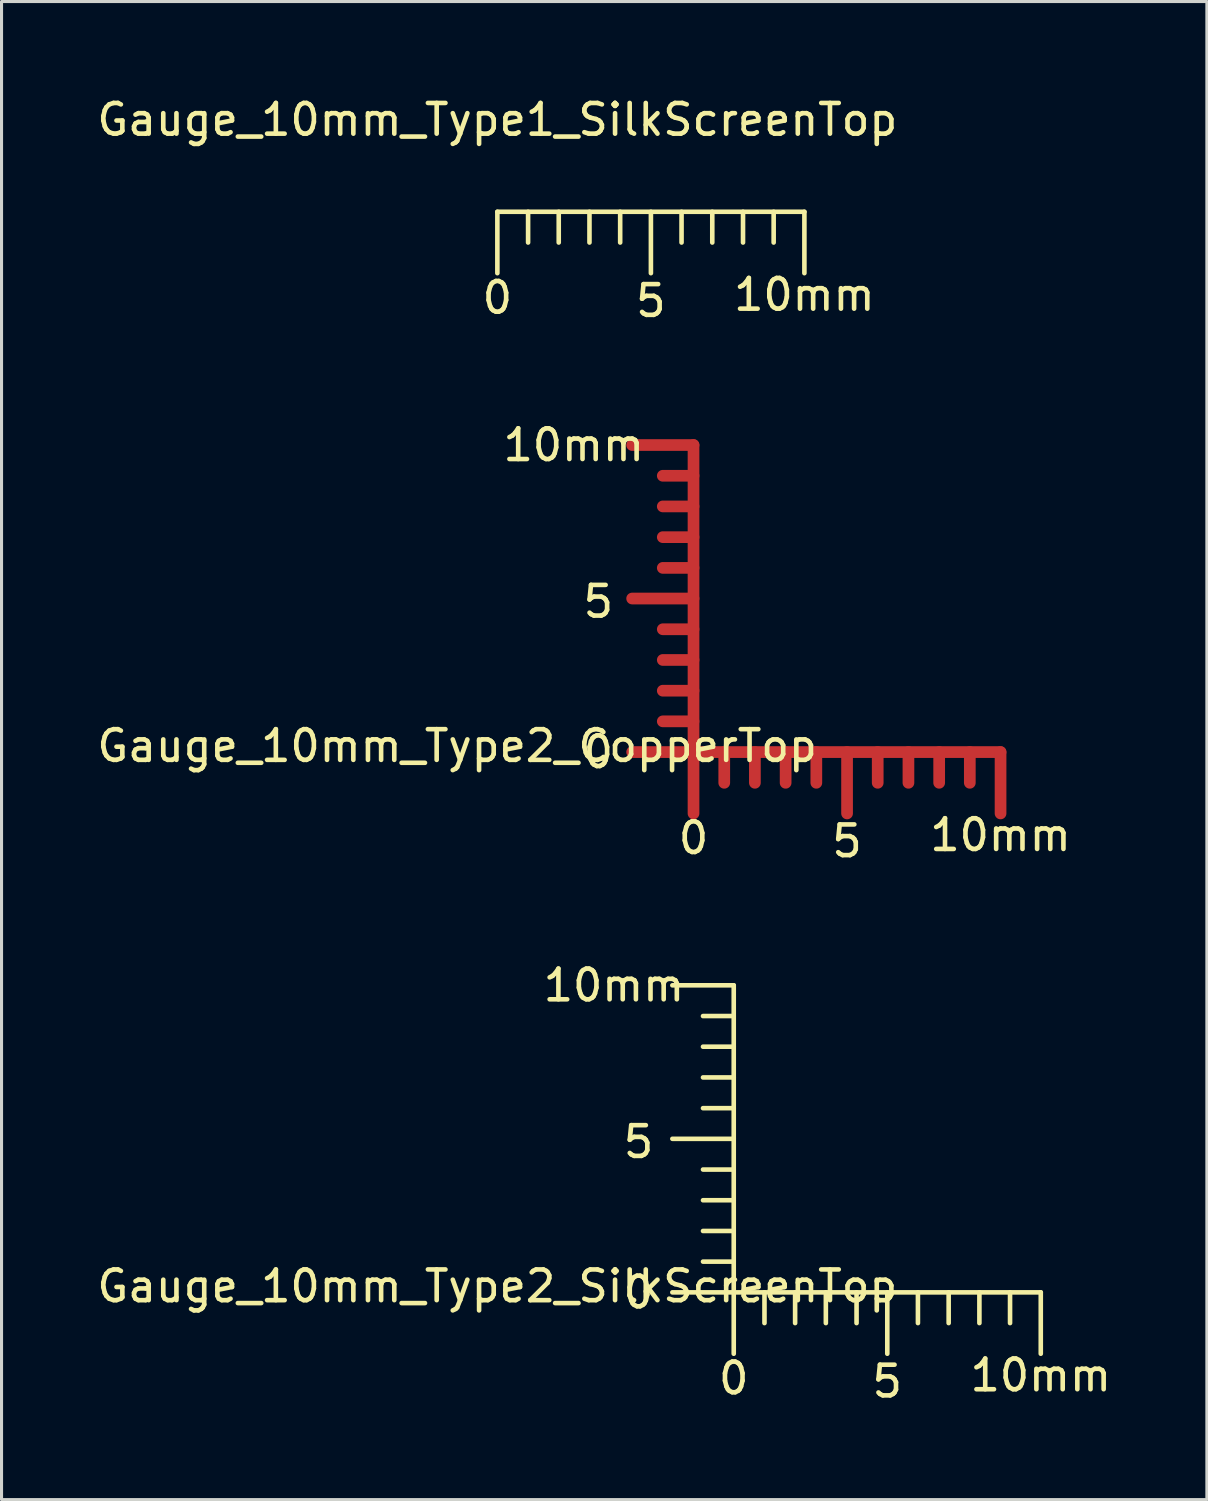
<source format=kicad_pcb>
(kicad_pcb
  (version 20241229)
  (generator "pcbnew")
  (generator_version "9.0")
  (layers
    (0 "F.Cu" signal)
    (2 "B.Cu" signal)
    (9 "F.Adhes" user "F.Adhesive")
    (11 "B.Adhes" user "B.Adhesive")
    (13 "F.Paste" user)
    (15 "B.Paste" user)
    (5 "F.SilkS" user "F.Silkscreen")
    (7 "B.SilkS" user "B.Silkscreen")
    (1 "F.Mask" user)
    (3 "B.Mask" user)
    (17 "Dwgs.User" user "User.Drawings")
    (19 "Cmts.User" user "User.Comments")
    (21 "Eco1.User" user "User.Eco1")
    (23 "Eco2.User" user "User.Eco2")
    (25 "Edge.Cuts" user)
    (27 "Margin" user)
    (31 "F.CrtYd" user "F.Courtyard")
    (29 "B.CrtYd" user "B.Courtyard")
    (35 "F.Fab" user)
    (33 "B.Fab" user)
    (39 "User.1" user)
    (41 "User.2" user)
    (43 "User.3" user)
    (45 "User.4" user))
  (footprint "Gauge_10mm_Type2_CopperTop"
    (layer "F.Cu")
    (at 19.538 21.445)
    (property "Reference" "Gauge_10mm_Type2_CopperTop" (at -7.699 -0.201 0) (layer "F.SilkS") (effects (font (size 1 1) (thickness 0.15))))
    (attr through_hole)
    (fp_line (start 0 -10) (end -1.999 -10) (stroke (width 0.381) (type solid)) (layer "F.Cu"))
    (fp_line (start 0 -8.999) (end -1.001 -8.999) (stroke (width 0.381) (type solid)) (layer "F.Cu"))
    (fp_line (start 0 -8.001) (end -1.001 -8.001) (stroke (width 0.381) (type solid)) (layer "F.Cu"))
    (fp_line (start 0 -7) (end -1.001 -7) (stroke (width 0.381) (type solid)) (layer "F.Cu"))
    (fp_line (start 0 -5.999) (end -1.001 -5.999) (stroke (width 0.381) (type solid)) (layer "F.Cu"))
    (fp_line (start 0 -5.001) (end -1.999 -5.001) (stroke (width 0.381) (type solid)) (layer "F.Cu"))
    (fp_line (start 0 -4) (end -1.001 -4) (stroke (width 0.381) (type solid)) (layer "F.Cu"))
    (fp_line (start 0 -3) (end -1.001 -3) (stroke (width 0.381) (type solid)) (layer "F.Cu"))
    (fp_line (start 0 -1.999) (end -1.001 -1.999) (stroke (width 0.381) (type solid)) (layer "F.Cu"))
    (fp_line (start 0 -1.001) (end -1.001 -1.001) (stroke (width 0.381) (type solid)) (layer "F.Cu"))
    (fp_line (start 0 0) (end -1.999 0) (stroke (width 0.381) (type solid)) (layer "F.Cu"))
    (fp_line (start 0 0) (end 0 -10) (stroke (width 0.381) (type solid)) (layer "F.Cu"))
    (fp_line (start 0 0) (end 0 1.999) (stroke (width 0.381) (type solid)) (layer "F.Cu"))
    (fp_line (start 0 0) (end 10 0) (stroke (width 0.381) (type solid)) (layer "F.Cu"))
    (fp_line (start 1.001 0) (end 1.001 1.001) (stroke (width 0.381) (type solid)) (layer "F.Cu"))
    (fp_line (start 1.999 0) (end 1.999 1.001) (stroke (width 0.381) (type solid)) (layer "F.Cu"))
    (fp_line (start 3 0) (end 3 1.001) (stroke (width 0.381) (type solid)) (layer "F.Cu"))
    (fp_line (start 4 0) (end 4 1.001) (stroke (width 0.381) (type solid)) (layer "F.Cu"))
    (fp_line (start 5.001 0) (end 5.001 1.999) (stroke (width 0.381) (type solid)) (layer "F.Cu"))
    (fp_line (start 5.999 0) (end 5.999 1.001) (stroke (width 0.381) (type solid)) (layer "F.Cu"))
    (fp_line (start 7 0) (end 7 1.001) (stroke (width 0.381) (type solid)) (layer "F.Cu"))
    (fp_line (start 8.001 0) (end 8.001 1.001) (stroke (width 0.381) (type solid)) (layer "F.Cu"))
    (fp_line (start 8.999 0) (end 8.999 1.001) (stroke (width 0.381) (type solid)) (layer "F.Cu"))
    (fp_line (start 10 0) (end 10 1.999) (stroke (width 0.381) (type solid)) (layer "F.Cu"))
    (fp_text user "5" (at -3.101 -4.9 0) (layer "F.SilkS") (effects (font (size 1 1) (thickness 0.15))))
    (fp_text user "0" (at -3.101 0 0) (layer "F.SilkS") (effects (font (size 1 1) (thickness 0.15))))
    (fp_text user "10mm" (at 10 2.7 0) (layer "F.SilkS") (effects (font (size 1 1) (thickness 0.15))))
    (fp_text user "10mm" (at -3.901 -10 0) (layer "F.SilkS") (effects (font (size 1 1) (thickness 0.15))))
    (fp_text user "5" (at 4.999 2.901 0) (layer "F.SilkS") (effects (font (size 1 1) (thickness 0.15))))
    (fp_text user "0" (at 0 2.799 0) (layer "F.SilkS") (effects (font (size 1 1) (thickness 0.15)))))
  (footprint "Gauge_10mm_Type1_SilkScreenTop"
    (layer "F.Cu")
    (at 13.149 3.848)
    (property "Reference" "Gauge_10mm_Type1_SilkScreenTop" (at 0 -3 0) (layer "F.SilkS") (effects (font (size 1 1) (thickness 0.15))))
    (attr through_hole)
    (fp_line (start 0 0) (end 0 1.999) (stroke (width 0.15) (type solid)) (layer "F.SilkS"))
    (fp_line (start 0 0) (end 10 0) (stroke (width 0.15) (type solid)) (layer "F.SilkS"))
    (fp_line (start 1.001 0) (end 1.001 1.001) (stroke (width 0.15) (type solid)) (layer "F.SilkS"))
    (fp_line (start 1.999 0) (end 1.999 1.001) (stroke (width 0.15) (type solid)) (layer "F.SilkS"))
    (fp_line (start 3 0) (end 3 1.001) (stroke (width 0.15) (type solid)) (layer "F.SilkS"))
    (fp_line (start 4 0) (end 4 1.001) (stroke (width 0.15) (type solid)) (layer "F.SilkS"))
    (fp_line (start 5.001 0) (end 5.001 1.999) (stroke (width 0.15) (type solid)) (layer "F.SilkS"))
    (fp_line (start 5.999 0) (end 5.999 1.001) (stroke (width 0.15) (type solid)) (layer "F.SilkS"))
    (fp_line (start 7 0) (end 7 1.001) (stroke (width 0.15) (type solid)) (layer "F.SilkS"))
    (fp_line (start 8.001 0) (end 8.001 1.001) (stroke (width 0.15) (type solid)) (layer "F.SilkS"))
    (fp_line (start 8.999 0) (end 8.999 1.001) (stroke (width 0.15) (type solid)) (layer "F.SilkS"))
    (fp_line (start 10 0) (end 10 1.999) (stroke (width 0.15) (type solid)) (layer "F.SilkS"))
    (fp_text user "10mm" (at 10 2.7 0) (layer "F.SilkS") (effects (font (size 1 1) (thickness 0.15))))
    (fp_text user "0" (at 0 2.799 0) (layer "F.SilkS") (effects (font (size 1 1) (thickness 0.15))))
    (fp_text user "5" (at 4.999 2.901 0) (layer "F.SilkS") (effects (font (size 1 1) (thickness 0.15)))))
  (footprint "Gauge_10mm_Type2_SilkScreenTop"
    (layer "F.Cu")
    (at 20.848 39.042)
    (property "Reference" "Gauge_10mm_Type2_SilkScreenTop" (at -7.699 -0.201 0) (layer "F.SilkS") (effects (font (size 1 1) (thickness 0.15))))
    (attr through_hole)
    (fp_line (start 0 -10) (end -1.999 -10) (stroke (width 0.15) (type solid)) (layer "F.SilkS"))
    (fp_line (start 0 -8.999) (end -1.001 -8.999) (stroke (width 0.15) (type solid)) (layer "F.SilkS"))
    (fp_line (start 0 -8.001) (end -1.001 -8.001) (stroke (width 0.15) (type solid)) (layer "F.SilkS"))
    (fp_line (start 0 -7) (end -1.001 -7) (stroke (width 0.15) (type solid)) (layer "F.SilkS"))
    (fp_line (start 0 -5.999) (end -1.001 -5.999) (stroke (width 0.15) (type solid)) (layer "F.SilkS"))
    (fp_line (start 0 -5.001) (end -1.999 -5.001) (stroke (width 0.15) (type solid)) (layer "F.SilkS"))
    (fp_line (start 0 -4) (end -1.001 -4) (stroke (width 0.15) (type solid)) (layer "F.SilkS"))
    (fp_line (start 0 -3) (end -1.001 -3) (stroke (width 0.15) (type solid)) (layer "F.SilkS"))
    (fp_line (start 0 -1.999) (end -1.001 -1.999) (stroke (width 0.15) (type solid)) (layer "F.SilkS"))
    (fp_line (start 0 -1.001) (end -1.001 -1.001) (stroke (width 0.15) (type solid)) (layer "F.SilkS"))
    (fp_line (start 0 0) (end -1.999 0) (stroke (width 0.15) (type solid)) (layer "F.SilkS"))
    (fp_line (start 0 0) (end 0 -10) (stroke (width 0.15) (type solid)) (layer "F.SilkS"))
    (fp_line (start 0 0) (end 0 1.999) (stroke (width 0.15) (type solid)) (layer "F.SilkS"))
    (fp_line (start 0 0) (end 10 0) (stroke (width 0.15) (type solid)) (layer "F.SilkS"))
    (fp_line (start 1.001 0) (end 1.001 1.001) (stroke (width 0.15) (type solid)) (layer "F.SilkS"))
    (fp_line (start 1.999 0) (end 1.999 1.001) (stroke (width 0.15) (type solid)) (layer "F.SilkS"))
    (fp_line (start 3 0) (end 3 1.001) (stroke (width 0.15) (type solid)) (layer "F.SilkS"))
    (fp_line (start 4 0) (end 4 1.001) (stroke (width 0.15) (type solid)) (layer "F.SilkS"))
    (fp_line (start 5.001 0) (end 5.001 1.999) (stroke (width 0.15) (type solid)) (layer "F.SilkS"))
    (fp_line (start 5.999 0) (end 5.999 1.001) (stroke (width 0.15) (type solid)) (layer "F.SilkS"))
    (fp_line (start 7 0) (end 7 1.001) (stroke (width 0.15) (type solid)) (layer "F.SilkS"))
    (fp_line (start 8.001 0) (end 8.001 1.001) (stroke (width 0.15) (type solid)) (layer "F.SilkS"))
    (fp_line (start 8.999 0) (end 8.999 1.001) (stroke (width 0.15) (type solid)) (layer "F.SilkS"))
    (fp_line (start 10 0) (end 10 1.999) (stroke (width 0.15) (type solid)) (layer "F.SilkS"))
    (fp_text user "5" (at 4.999 2.901 0) (layer "F.SilkS") (effects (font (size 1 1) (thickness 0.15))))
    (fp_text user "10mm" (at 10 2.7 0) (layer "F.SilkS") (effects (font (size 1 1) (thickness 0.15))))
    (fp_text user "0" (at 0 2.799 0) (layer "F.SilkS") (effects (font (size 1 1) (thickness 0.15))))
    (fp_text user "0" (at -3.101 0 0) (layer "F.SilkS") (effects (font (size 1 1) (thickness 0.15))))
    (fp_text user "10mm" (at -3.901 -10 0) (layer "F.SilkS") (effects (font (size 1 1) (thickness 0.15))))
    (fp_text user "5" (at -3.101 -4.9 0) (layer "F.SilkS") (effects (font (size 1 1) (thickness 0.15)))))
  (gr_rect
    (start -3 -3)
    (end 36.258 45.791)
    (stroke (width 0.1) (type default))
    (fill no)
    (layer "Edge.Cuts")))
</source>
